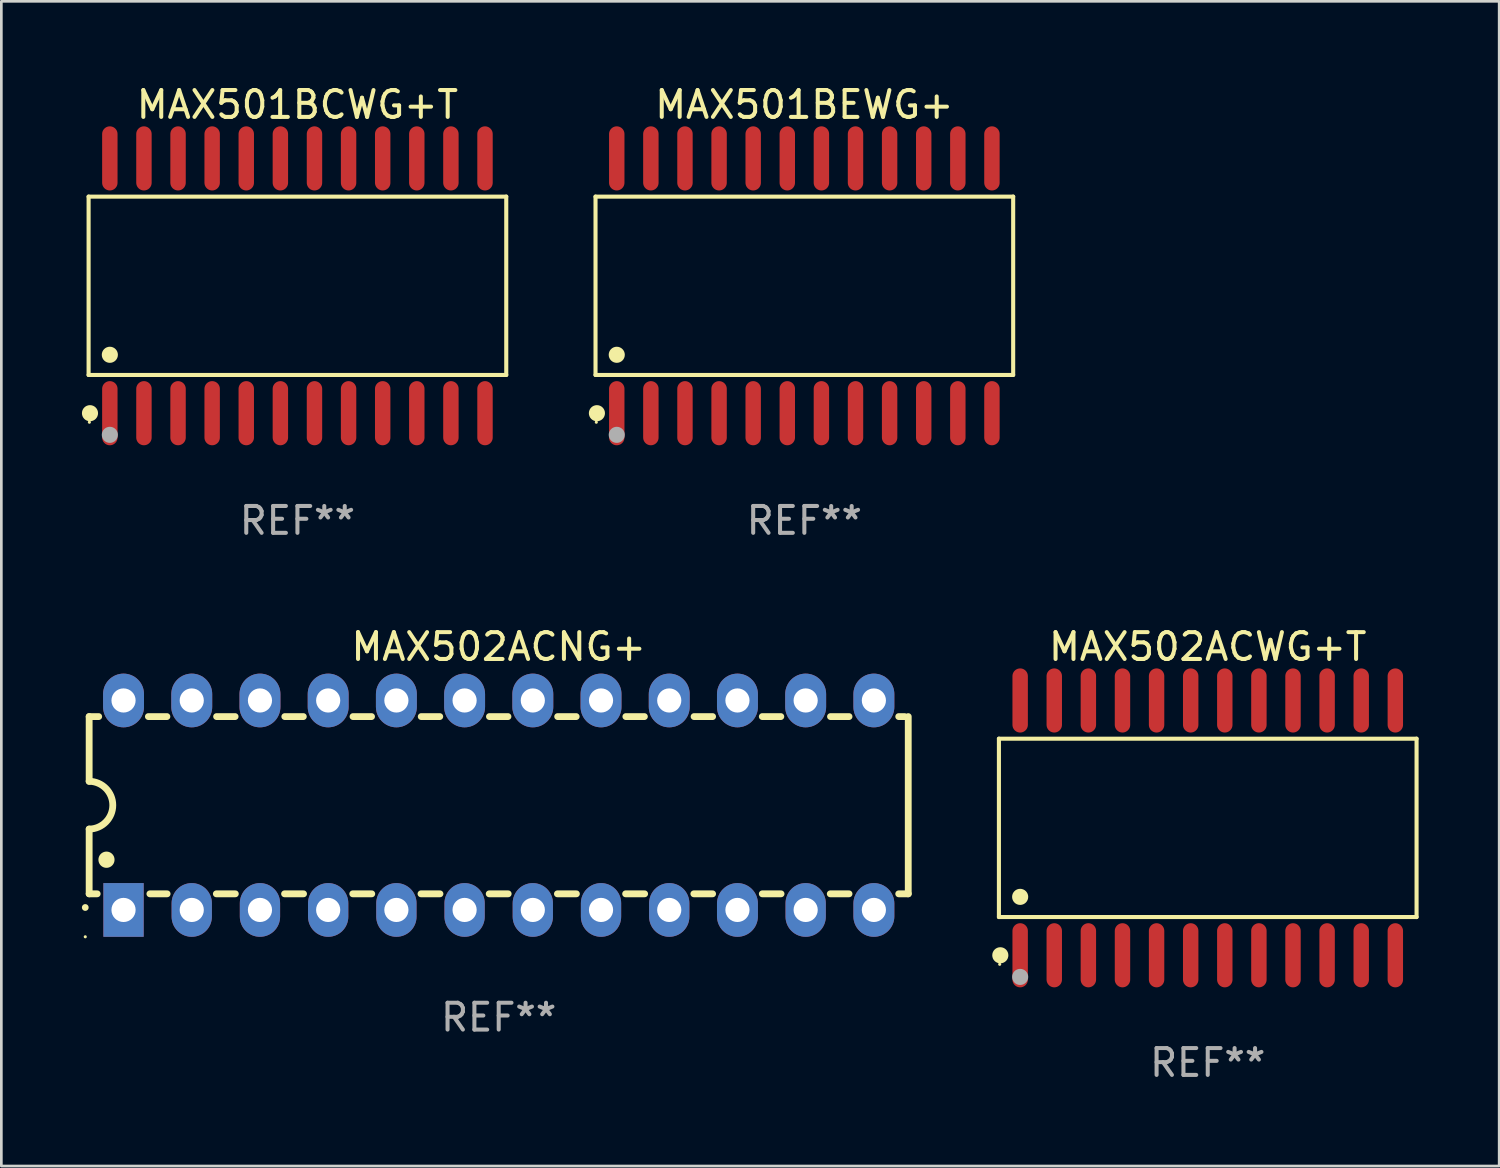
<source format=kicad_pcb>
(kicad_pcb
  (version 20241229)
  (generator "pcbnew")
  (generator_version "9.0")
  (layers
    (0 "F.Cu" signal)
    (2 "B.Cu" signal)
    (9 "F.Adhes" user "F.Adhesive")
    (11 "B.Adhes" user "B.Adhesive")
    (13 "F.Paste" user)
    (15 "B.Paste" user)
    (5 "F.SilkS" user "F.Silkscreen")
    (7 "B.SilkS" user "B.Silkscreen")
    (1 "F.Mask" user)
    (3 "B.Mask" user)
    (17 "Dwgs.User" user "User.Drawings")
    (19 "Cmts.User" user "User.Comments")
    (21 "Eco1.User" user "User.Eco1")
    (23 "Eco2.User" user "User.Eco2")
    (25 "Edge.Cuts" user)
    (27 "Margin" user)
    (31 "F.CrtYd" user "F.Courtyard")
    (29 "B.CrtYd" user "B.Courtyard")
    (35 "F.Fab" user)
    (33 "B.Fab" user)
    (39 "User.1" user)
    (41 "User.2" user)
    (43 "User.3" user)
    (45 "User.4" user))
  (footprint "MAX501BEWG+"
    (layer "F.Cu")
    (at 26.901 7.592)
    (property "Reference" "MAX501BEWG+" (at 0 -6.744 0) (layer "F.SilkS") (effects (font (size 1 1) (thickness 0.15))))
    (attr through_hole)
    (fp_line (start -7.776 -3.321) (end 7.776 -3.321) (stroke (width 0.152) (type solid)) (layer "F.SilkS"))
    (fp_line (start -7.776 3.321) (end -7.776 -3.321) (stroke (width 0.152) (type solid)) (layer "F.SilkS"))
    (fp_line (start 7.776 -3.321) (end 7.776 3.321) (stroke (width 0.152) (type solid)) (layer "F.SilkS"))
    (fp_line (start 7.776 3.321) (end -7.776 3.321) (stroke (width 0.152) (type solid)) (layer "F.SilkS"))
    (fp_circle (center -7.747 5.08) (end -7.717 5.08) (stroke (width 0.06) (type solid)) (fill no) (layer "F.SilkS"))
    (fp_circle (center -7.724 4.744) (end -7.574 4.744) (stroke (width 0.3) (type solid)) (fill no) (layer "F.SilkS"))
    (fp_circle (center -6.985 2.569) (end -6.835 2.569) (stroke (width 0.3) (type solid)) (fill no) (layer "F.SilkS"))
    (fp_circle (center -6.985 5.55) (end -6.835 5.55) (stroke (width 0.3) (type solid)) (fill no) (layer "F.Fab"))
    (fp_text user "REF**" (at 0 8.744 0) (layer "F.Fab") (effects (font (size 1 1) (thickness 0.15))))
    (pad "1" smd oval (at -6.985 4.744) (size 0.574 2.388) (layers "F.Cu" "F.Mask" "F.Paste"))
    (pad "2" smd oval (at -5.715 4.744) (size 0.574 2.388) (layers "F.Cu" "F.Mask" "F.Paste"))
    (pad "3" smd oval (at -4.445 4.744) (size 0.574 2.388) (layers "F.Cu" "F.Mask" "F.Paste"))
    (pad "4" smd oval (at -3.175 4.744) (size 0.574 2.388) (layers "F.Cu" "F.Mask" "F.Paste"))
    (pad "5" smd oval (at -1.905 4.744) (size 0.574 2.388) (layers "F.Cu" "F.Mask" "F.Paste"))
    (pad "6" smd oval (at -0.635 4.744) (size 0.574 2.388) (layers "F.Cu" "F.Mask" "F.Paste"))
    (pad "7" smd oval (at 0.635 4.744) (size 0.574 2.388) (layers "F.Cu" "F.Mask" "F.Paste"))
    (pad "8" smd oval (at 1.905 4.744) (size 0.574 2.388) (layers "F.Cu" "F.Mask" "F.Paste"))
    (pad "9" smd oval (at 3.175 4.744) (size 0.574 2.388) (layers "F.Cu" "F.Mask" "F.Paste"))
    (pad "10" smd oval (at 4.445 4.744) (size 0.574 2.388) (layers "F.Cu" "F.Mask" "F.Paste"))
    (pad "11" smd oval (at 5.715 4.744) (size 0.574 2.388) (layers "F.Cu" "F.Mask" "F.Paste"))
    (pad "12" smd oval (at 6.985 4.744) (size 0.574 2.388) (layers "F.Cu" "F.Mask" "F.Paste"))
    (pad "13" smd oval (at 6.985 -4.744) (size 0.574 2.388) (layers "F.Cu" "F.Mask" "F.Paste"))
    (pad "14" smd oval (at 5.715 -4.744) (size 0.574 2.388) (layers "F.Cu" "F.Mask" "F.Paste"))
    (pad "15" smd oval (at 4.445 -4.744) (size 0.574 2.388) (layers "F.Cu" "F.Mask" "F.Paste"))
    (pad "16" smd oval (at 3.175 -4.744) (size 0.574 2.388) (layers "F.Cu" "F.Mask" "F.Paste"))
    (pad "17" smd oval (at 1.905 -4.744) (size 0.574 2.388) (layers "F.Cu" "F.Mask" "F.Paste"))
    (pad "18" smd oval (at 0.635 -4.744) (size 0.574 2.388) (layers "F.Cu" "F.Mask" "F.Paste"))
    (pad "19" smd oval (at -0.635 -4.744) (size 0.574 2.388) (layers "F.Cu" "F.Mask" "F.Paste"))
    (pad "20" smd oval (at -1.905 -4.744) (size 0.574 2.388) (layers "F.Cu" "F.Mask" "F.Paste"))
    (pad "21" smd oval (at -3.175 -4.744) (size 0.574 2.388) (layers "F.Cu" "F.Mask" "F.Paste"))
    (pad "22" smd oval (at -4.445 -4.744) (size 0.574 2.388) (layers "F.Cu" "F.Mask" "F.Paste"))
    (pad "23" smd oval (at -5.715 -4.744) (size 0.574 2.388) (layers "F.Cu" "F.Mask" "F.Paste"))
    (pad "24" smd oval (at -6.985 -4.744) (size 0.574 2.388) (layers "F.Cu" "F.Mask" "F.Paste")))
  (footprint "MAX501BCWG+T"
    (layer "F.Cu")
    (at 8.025 7.592)
    (property "Reference" "MAX501BCWG+T" (at 0 -6.744 0) (layer "F.SilkS") (effects (font (size 1 1) (thickness 0.15))))
    (attr through_hole)
    (fp_line (start -7.776 -3.321) (end 7.776 -3.321) (stroke (width 0.152) (type solid)) (layer "F.SilkS"))
    (fp_line (start -7.776 3.321) (end -7.776 -3.321) (stroke (width 0.152) (type solid)) (layer "F.SilkS"))
    (fp_line (start 7.776 -3.321) (end 7.776 3.321) (stroke (width 0.152) (type solid)) (layer "F.SilkS"))
    (fp_line (start 7.776 3.321) (end -7.776 3.321) (stroke (width 0.152) (type solid)) (layer "F.SilkS"))
    (fp_circle (center -7.747 5.08) (end -7.717 5.08) (stroke (width 0.06) (type solid)) (fill no) (layer "F.SilkS"))
    (fp_circle (center -7.724 4.744) (end -7.574 4.744) (stroke (width 0.3) (type solid)) (fill no) (layer "F.SilkS"))
    (fp_circle (center -6.985 2.569) (end -6.835 2.569) (stroke (width 0.3) (type solid)) (fill no) (layer "F.SilkS"))
    (fp_circle (center -6.985 5.55) (end -6.835 5.55) (stroke (width 0.3) (type solid)) (fill no) (layer "F.Fab"))
    (fp_text user "REF**" (at 0 8.744 0) (layer "F.Fab") (effects (font (size 1 1) (thickness 0.15))))
    (pad "1" smd oval (at -6.985 4.744) (size 0.574 2.388) (layers "F.Cu" "F.Mask" "F.Paste"))
    (pad "2" smd oval (at -5.715 4.744) (size 0.574 2.388) (layers "F.Cu" "F.Mask" "F.Paste"))
    (pad "3" smd oval (at -4.445 4.744) (size 0.574 2.388) (layers "F.Cu" "F.Mask" "F.Paste"))
    (pad "4" smd oval (at -3.175 4.744) (size 0.574 2.388) (layers "F.Cu" "F.Mask" "F.Paste"))
    (pad "5" smd oval (at -1.905 4.744) (size 0.574 2.388) (layers "F.Cu" "F.Mask" "F.Paste"))
    (pad "6" smd oval (at -0.635 4.744) (size 0.574 2.388) (layers "F.Cu" "F.Mask" "F.Paste"))
    (pad "7" smd oval (at 0.635 4.744) (size 0.574 2.388) (layers "F.Cu" "F.Mask" "F.Paste"))
    (pad "8" smd oval (at 1.905 4.744) (size 0.574 2.388) (layers "F.Cu" "F.Mask" "F.Paste"))
    (pad "9" smd oval (at 3.175 4.744) (size 0.574 2.388) (layers "F.Cu" "F.Mask" "F.Paste"))
    (pad "10" smd oval (at 4.445 4.744) (size 0.574 2.388) (layers "F.Cu" "F.Mask" "F.Paste"))
    (pad "11" smd oval (at 5.715 4.744) (size 0.574 2.388) (layers "F.Cu" "F.Mask" "F.Paste"))
    (pad "12" smd oval (at 6.985 4.744) (size 0.574 2.388) (layers "F.Cu" "F.Mask" "F.Paste"))
    (pad "13" smd oval (at 6.985 -4.744) (size 0.574 2.388) (layers "F.Cu" "F.Mask" "F.Paste"))
    (pad "14" smd oval (at 5.715 -4.744) (size 0.574 2.388) (layers "F.Cu" "F.Mask" "F.Paste"))
    (pad "15" smd oval (at 4.445 -4.744) (size 0.574 2.388) (layers "F.Cu" "F.Mask" "F.Paste"))
    (pad "16" smd oval (at 3.175 -4.744) (size 0.574 2.388) (layers "F.Cu" "F.Mask" "F.Paste"))
    (pad "17" smd oval (at 1.905 -4.744) (size 0.574 2.388) (layers "F.Cu" "F.Mask" "F.Paste"))
    (pad "18" smd oval (at 0.635 -4.744) (size 0.574 2.388) (layers "F.Cu" "F.Mask" "F.Paste"))
    (pad "19" smd oval (at -0.635 -4.744) (size 0.574 2.388) (layers "F.Cu" "F.Mask" "F.Paste"))
    (pad "20" smd oval (at -1.905 -4.744) (size 0.574 2.388) (layers "F.Cu" "F.Mask" "F.Paste"))
    (pad "21" smd oval (at -3.175 -4.744) (size 0.574 2.388) (layers "F.Cu" "F.Mask" "F.Paste"))
    (pad "22" smd oval (at -4.445 -4.744) (size 0.574 2.388) (layers "F.Cu" "F.Mask" "F.Paste"))
    (pad "23" smd oval (at -5.715 -4.744) (size 0.574 2.388) (layers "F.Cu" "F.Mask" "F.Paste"))
    (pad "24" smd oval (at -6.985 -4.744) (size 0.574 2.388) (layers "F.Cu" "F.Mask" "F.Paste")))
  (footprint "MAX502ACNG+"
    (layer "F.Cu")
    (at 15.52 26.933)
    (property "Reference" "MAX502ACNG+" (at 0 -5.9 0) (layer "F.SilkS") (effects (font (size 1 1) (thickness 0.15))))
    (attr through_hole)
    (fp_line (start -15.25 -3.3) (end -15.25 -0.889) (stroke (width 0.254) (type solid)) (layer "F.SilkS"))
    (fp_line (start -15.25 -3.3) (end -14.895 -3.3) (stroke (width 0.254) (type solid)) (layer "F.SilkS"))
    (fp_line (start -15.25 3.3) (end -15.25 0.889) (stroke (width 0.254) (type solid)) (layer "F.SilkS"))
    (fp_line (start -15.25 3.3) (end -14.951 3.3) (stroke (width 0.254) (type solid)) (layer "F.SilkS"))
    (fp_line (start -13.045 -3.3) (end -12.355 -3.3) (stroke (width 0.254) (type solid)) (layer "F.SilkS"))
    (fp_line (start -12.989 3.3) (end -12.347 3.3) (stroke (width 0.254) (type solid)) (layer "F.SilkS"))
    (fp_line (start -10.514 3.3) (end -9.807 3.3) (stroke (width 0.254) (type solid)) (layer "F.SilkS"))
    (fp_line (start -10.505 -3.3) (end -9.815 -3.3) (stroke (width 0.254) (type solid)) (layer "F.SilkS"))
    (fp_line (start -7.974 3.3) (end -7.267 3.3) (stroke (width 0.254) (type solid)) (layer "F.SilkS"))
    (fp_line (start -7.965 -3.3) (end -7.275 -3.3) (stroke (width 0.254) (type solid)) (layer "F.SilkS"))
    (fp_line (start -5.434 3.3) (end -4.727 3.3) (stroke (width 0.254) (type solid)) (layer "F.SilkS"))
    (fp_line (start -5.425 -3.3) (end -4.735 -3.3) (stroke (width 0.254) (type solid)) (layer "F.SilkS"))
    (fp_line (start -2.894 3.3) (end -2.187 3.3) (stroke (width 0.254) (type solid)) (layer "F.SilkS"))
    (fp_line (start -2.885 -3.3) (end -2.195 -3.3) (stroke (width 0.254) (type solid)) (layer "F.SilkS"))
    (fp_line (start -0.354 3.3) (end 0.353 3.3) (stroke (width 0.254) (type solid)) (layer "F.SilkS"))
    (fp_line (start -0.345 -3.3) (end 0.345 -3.3) (stroke (width 0.254) (type solid)) (layer "F.SilkS"))
    (fp_line (start 2.186 3.3) (end 2.893 3.3) (stroke (width 0.254) (type solid)) (layer "F.SilkS"))
    (fp_line (start 2.195 -3.3) (end 2.885 -3.3) (stroke (width 0.254) (type solid)) (layer "F.SilkS"))
    (fp_line (start 4.726 3.3) (end 5.434 3.3) (stroke (width 0.254) (type solid)) (layer "F.SilkS"))
    (fp_line (start 4.735 -3.3) (end 5.425 -3.3) (stroke (width 0.254) (type solid)) (layer "F.SilkS"))
    (fp_line (start 7.266 3.3) (end 7.965 3.3) (stroke (width 0.254) (type solid)) (layer "F.SilkS"))
    (fp_line (start 7.275 -3.3) (end 7.965 -3.3) (stroke (width 0.254) (type solid)) (layer "F.SilkS"))
    (fp_line (start 9.815 -3.3) (end 10.505 -3.3) (stroke (width 0.254) (type solid)) (layer "F.SilkS"))
    (fp_line (start 9.815 3.3) (end 10.514 3.3) (stroke (width 0.254) (type solid)) (layer "F.SilkS"))
    (fp_line (start 12.346 3.3) (end 13.045 3.3) (stroke (width 0.254) (type solid)) (layer "F.SilkS"))
    (fp_line (start 12.355 -3.3) (end 13.045 -3.3) (stroke (width 0.254) (type solid)) (layer "F.SilkS"))
    (fp_line (start 14.895 -3.3) (end 15.113 -3.3) (stroke (width 0.254) (type solid)) (layer "F.SilkS"))
    (fp_line (start 14.895 3.3) (end 15.25 3.3) (stroke (width 0.254) (type solid)) (layer "F.SilkS"))
    (fp_line (start 15.25 -3.3) (end 15.25 3.3) (stroke (width 0.254) (type solid)) (layer "F.SilkS"))
    (fp_arc (start -15.394971 3.810033) (mid -15.394978 3.808763) (end -15.394971 3.807493) (stroke (width 0.25) (type solid)) (layer "F.SilkS"))
    (fp_arc (start -15.251053 -0.890146) (mid -14.361467 -0.001067) (end -15.250038 0.889027) (stroke (width 0.254001) (type solid)) (layer "F.SilkS"))
    (fp_arc (start -14.605029 2.032029) (mid -14.60504 2.029489) (end -14.605029 2.026949) (stroke (width 0.6) (type solid)) (layer "F.SilkS"))
    (fp_circle (center -15.395 4.9) (end -15.365 4.9) (stroke (width 0.06) (type solid)) (fill no) (layer "F.SilkS"))
    (fp_text user "REF**" (at 0 7.9 0) (layer "F.Fab") (effects (font (size 1 1) (thickness 0.15))))
    (pad "1" thru_hole rect (at -13.97 3.9 90) (size 2 1.5) (drill 0.9) (layers "*.Cu" "*.Mask"))
    (pad "2" thru_hole oval (at -11.43 3.9 90) (size 2 1.5) (drill 0.9) (layers "*.Cu" "*.Mask"))
    (pad "3" thru_hole oval (at -8.89 3.9 90) (size 2 1.5) (drill 0.9) (layers "*.Cu" "*.Mask"))
    (pad "4" thru_hole oval (at -6.35 3.9 90) (size 2 1.5) (drill 0.9) (layers "*.Cu" "*.Mask"))
    (pad "5" thru_hole oval (at -3.81 3.9 90) (size 2 1.5) (drill 0.9) (layers "*.Cu" "*.Mask"))
    (pad "6" thru_hole oval (at -1.27 3.9 90) (size 2 1.5) (drill 0.9) (layers "*.Cu" "*.Mask"))
    (pad "7" thru_hole oval (at 1.27 3.9 90) (size 2 1.5) (drill 0.9) (layers "*.Cu" "*.Mask"))
    (pad "8" thru_hole oval (at 3.81 3.9 90) (size 2 1.5) (drill 0.9) (layers "*.Cu" "*.Mask"))
    (pad "9" thru_hole oval (at 6.35 3.9 90) (size 2 1.5) (drill 0.9) (layers "*.Cu" "*.Mask"))
    (pad "10" thru_hole oval (at 8.89 3.9 90) (size 2 1.524) (drill 0.9) (layers "*.Cu" "*.Mask"))
    (pad "11" thru_hole oval (at 11.43 3.9 90) (size 2 1.5) (drill 0.9) (layers "*.Cu" "*.Mask"))
    (pad "12" thru_hole oval (at 13.97 3.9 90) (size 2 1.524) (drill 0.9) (layers "*.Cu" "*.Mask"))
    (pad "13" thru_hole oval (at 13.97 -3.9 90) (size 2 1.524) (drill 0.9) (layers "*.Cu" "*.Mask"))
    (pad "14" thru_hole oval (at 11.43 -3.9 90) (size 2 1.524) (drill 0.9) (layers "*.Cu" "*.Mask"))
    (pad "15" thru_hole oval (at 8.89 -3.9 90) (size 2 1.524) (drill 0.9) (layers "*.Cu" "*.Mask"))
    (pad "16" thru_hole oval (at 6.35 -3.9 90) (size 2 1.524) (drill 0.9) (layers "*.Cu" "*.Mask"))
    (pad "17" thru_hole oval (at 3.81 -3.9 90) (size 2 1.524) (drill 0.9) (layers "*.Cu" "*.Mask"))
    (pad "18" thru_hole oval (at 1.27 -3.9 90) (size 2 1.524) (drill 0.9) (layers "*.Cu" "*.Mask"))
    (pad "19" thru_hole oval (at -1.27 -3.9 90) (size 2 1.524) (drill 0.9) (layers "*.Cu" "*.Mask"))
    (pad "20" thru_hole oval (at -3.81 -3.9 90) (size 2 1.524) (drill 0.9) (layers "*.Cu" "*.Mask"))
    (pad "21" thru_hole oval (at -6.35 -3.9 90) (size 2 1.524) (drill 0.9) (layers "*.Cu" "*.Mask"))
    (pad "22" thru_hole oval (at -8.89 -3.9 90) (size 2 1.524) (drill 0.9) (layers "*.Cu" "*.Mask"))
    (pad "23" thru_hole oval (at -11.43 -3.9 90) (size 2 1.524) (drill 0.9) (layers "*.Cu" "*.Mask"))
    (pad "24" thru_hole oval (at -13.97 -3.9 90) (size 2 1.524) (drill 0.9) (layers "*.Cu" "*.Mask")))
  (footprint "MAX502ACWG+T"
    (layer "F.Cu")
    (at 41.922 27.777)
    (property "Reference" "MAX502ACWG+T" (at 0 -6.744 0) (layer "F.SilkS") (effects (font (size 1 1) (thickness 0.15))))
    (attr through_hole)
    (fp_line (start -7.776 -3.321) (end 7.776 -3.321) (stroke (width 0.152) (type solid)) (layer "F.SilkS"))
    (fp_line (start -7.776 3.321) (end -7.776 -3.321) (stroke (width 0.152) (type solid)) (layer "F.SilkS"))
    (fp_line (start 7.776 -3.321) (end 7.776 3.321) (stroke (width 0.152) (type solid)) (layer "F.SilkS"))
    (fp_line (start 7.776 3.321) (end -7.776 3.321) (stroke (width 0.152) (type solid)) (layer "F.SilkS"))
    (fp_circle (center -7.747 5.08) (end -7.717 5.08) (stroke (width 0.06) (type solid)) (fill no) (layer "F.SilkS"))
    (fp_circle (center -7.724 4.744) (end -7.574 4.744) (stroke (width 0.3) (type solid)) (fill no) (layer "F.SilkS"))
    (fp_circle (center -6.985 2.569) (end -6.835 2.569) (stroke (width 0.3) (type solid)) (fill no) (layer "F.SilkS"))
    (fp_circle (center -6.985 5.55) (end -6.835 5.55) (stroke (width 0.3) (type solid)) (fill no) (layer "F.Fab"))
    (fp_text user "REF**" (at 0 8.744 0) (layer "F.Fab") (effects (font (size 1 1) (thickness 0.15))))
    (pad "1" smd oval (at -6.985 4.744) (size 0.574 2.388) (layers "F.Cu" "F.Mask" "F.Paste"))
    (pad "2" smd oval (at -5.715 4.744) (size 0.574 2.388) (layers "F.Cu" "F.Mask" "F.Paste"))
    (pad "3" smd oval (at -4.445 4.744) (size 0.574 2.388) (layers "F.Cu" "F.Mask" "F.Paste"))
    (pad "4" smd oval (at -3.175 4.744) (size 0.574 2.388) (layers "F.Cu" "F.Mask" "F.Paste"))
    (pad "5" smd oval (at -1.905 4.744) (size 0.574 2.388) (layers "F.Cu" "F.Mask" "F.Paste"))
    (pad "6" smd oval (at -0.635 4.744) (size 0.574 2.388) (layers "F.Cu" "F.Mask" "F.Paste"))
    (pad "7" smd oval (at 0.635 4.744) (size 0.574 2.388) (layers "F.Cu" "F.Mask" "F.Paste"))
    (pad "8" smd oval (at 1.905 4.744) (size 0.574 2.388) (layers "F.Cu" "F.Mask" "F.Paste"))
    (pad "9" smd oval (at 3.175 4.744) (size 0.574 2.388) (layers "F.Cu" "F.Mask" "F.Paste"))
    (pad "10" smd oval (at 4.445 4.744) (size 0.574 2.388) (layers "F.Cu" "F.Mask" "F.Paste"))
    (pad "11" smd oval (at 5.715 4.744) (size 0.574 2.388) (layers "F.Cu" "F.Mask" "F.Paste"))
    (pad "12" smd oval (at 6.985 4.744) (size 0.574 2.388) (layers "F.Cu" "F.Mask" "F.Paste"))
    (pad "13" smd oval (at 6.985 -4.744) (size 0.574 2.388) (layers "F.Cu" "F.Mask" "F.Paste"))
    (pad "14" smd oval (at 5.715 -4.744) (size 0.574 2.388) (layers "F.Cu" "F.Mask" "F.Paste"))
    (pad "15" smd oval (at 4.445 -4.744) (size 0.574 2.388) (layers "F.Cu" "F.Mask" "F.Paste"))
    (pad "16" smd oval (at 3.175 -4.744) (size 0.574 2.388) (layers "F.Cu" "F.Mask" "F.Paste"))
    (pad "17" smd oval (at 1.905 -4.744) (size 0.574 2.388) (layers "F.Cu" "F.Mask" "F.Paste"))
    (pad "18" smd oval (at 0.635 -4.744) (size 0.574 2.388) (layers "F.Cu" "F.Mask" "F.Paste"))
    (pad "19" smd oval (at -0.635 -4.744) (size 0.574 2.388) (layers "F.Cu" "F.Mask" "F.Paste"))
    (pad "20" smd oval (at -1.905 -4.744) (size 0.574 2.388) (layers "F.Cu" "F.Mask" "F.Paste"))
    (pad "21" smd oval (at -3.175 -4.744) (size 0.574 2.388) (layers "F.Cu" "F.Mask" "F.Paste"))
    (pad "22" smd oval (at -4.445 -4.744) (size 0.574 2.388) (layers "F.Cu" "F.Mask" "F.Paste"))
    (pad "23" smd oval (at -5.715 -4.744) (size 0.574 2.388) (layers "F.Cu" "F.Mask" "F.Paste"))
    (pad "24" smd oval (at -6.985 -4.744) (size 0.574 2.388) (layers "F.Cu" "F.Mask" "F.Paste")))
  (gr_rect
    (start -3 -3)
    (end 52.774 40.369)
    (stroke (width 0.1) (type default))
    (fill no)
    (layer "Edge.Cuts")))
</source>
